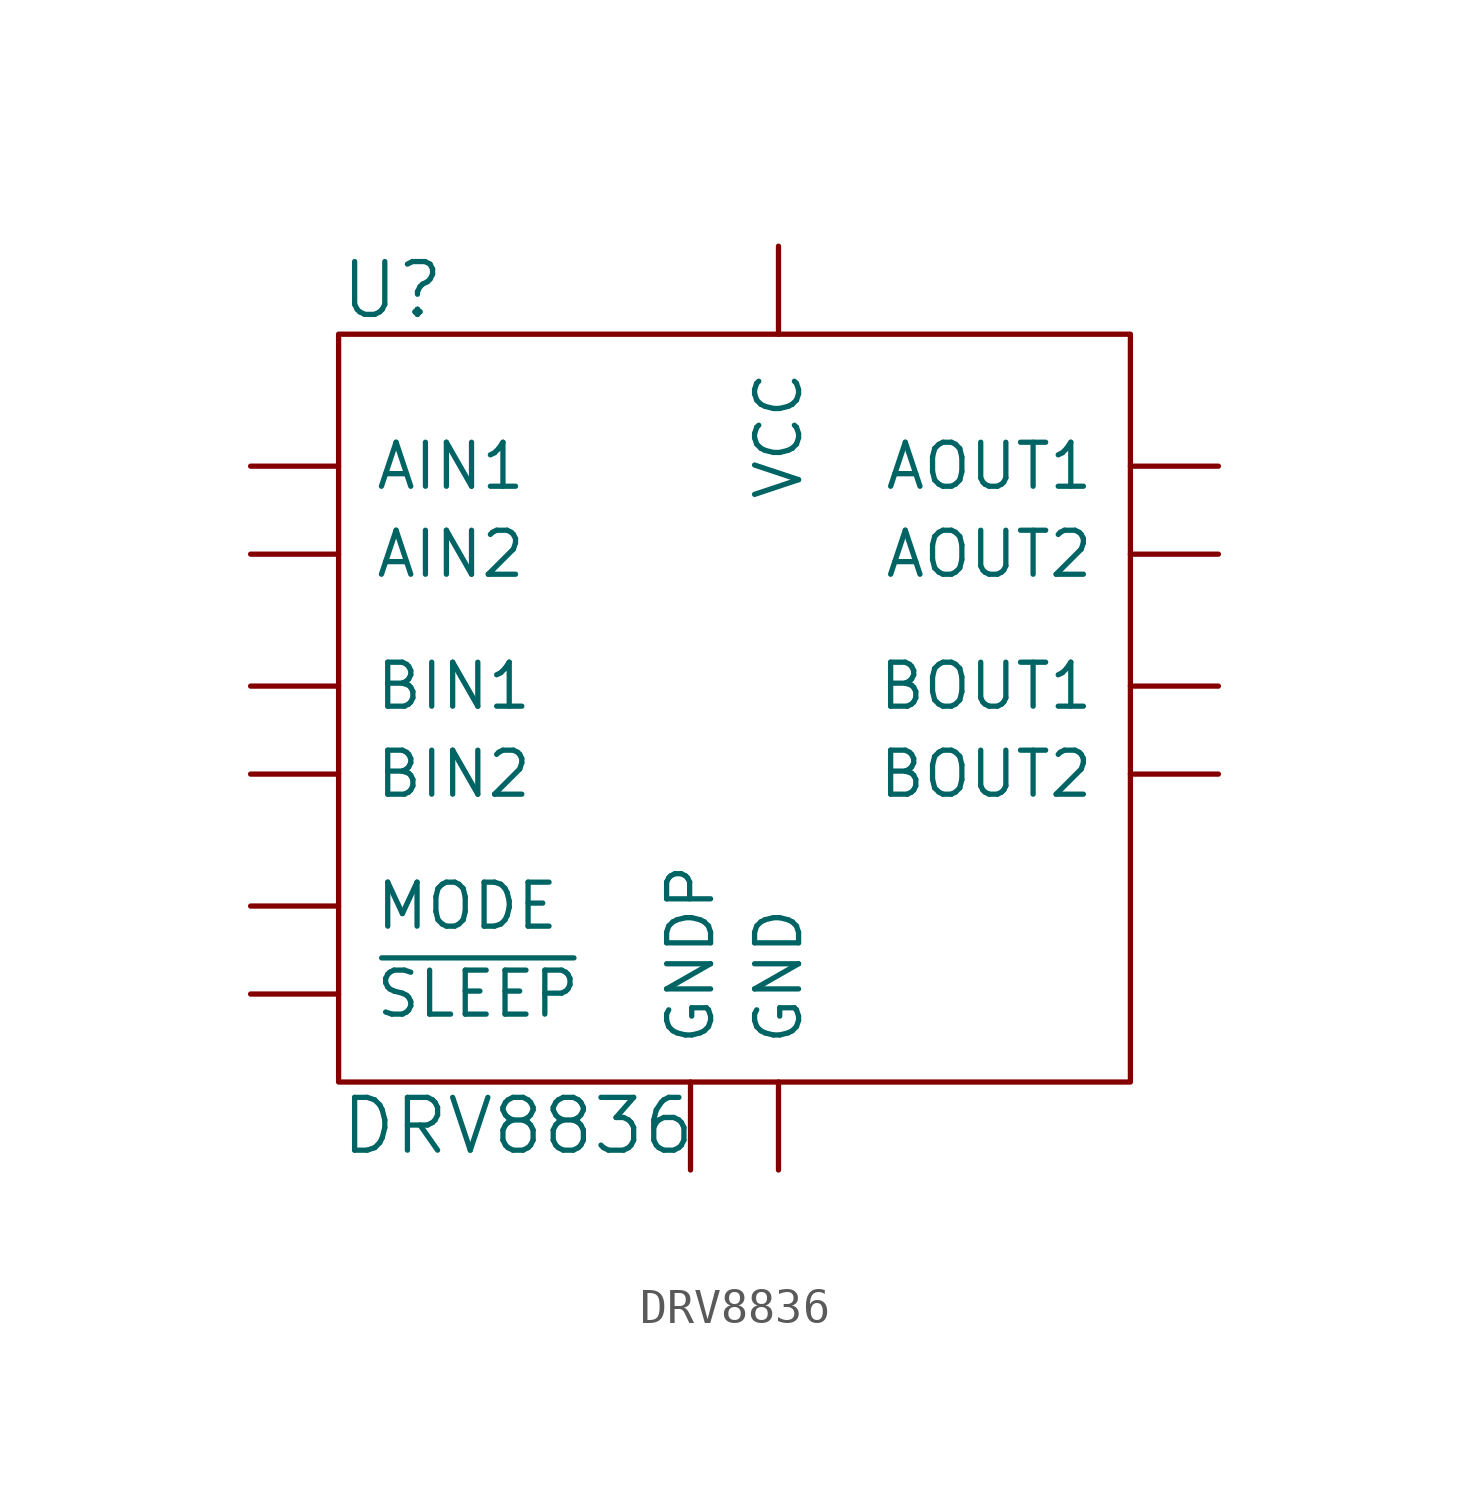
<source format=kicad_sym>
(kicad_symbol_lib
  (version 20211014)
  (generator kicad_symbol_editor)
  (symbol "DRV8836"
    (pin_numbers hide)
    (pin_names
      (offset 1.016))
    (property "Reference" "U"
      (at -11.43 10.16 0)
      (effects (font (size 1.524 1.524)) (justify left)))
    (property "Value" "DRV8836"
      (at -11.43 -13.97 0)
      (effects (font (size 1.524 1.524)) (justify left)))
    (symbol "DRV8836_0_1"
      (rectangle (start -11.43 8.89) (end 11.43 -12.7) (stroke (width 0) (type default) (color 0 0 0 0)) (fill (type none))))
    (symbol "DRV8836_1_1"
      (pin input line (at -13.97 -10.16 0) (length 2.54) (name "~{SLEEP}" (effects (font (size 1.27 1.27)))) (number "1" (effects (font (size 1.27 1.27)))))
      (pin input line (at -13.97 5.08 0) (length 2.54) (name "AIN1" (effects (font (size 1.27 1.27)))) (number "10" (effects (font (size 1.27 1.27)))))
      (pin input line (at -13.97 -7.62 0) (length 2.54) (name "MODE" (effects (font (size 1.27 1.27)))) (number "11" (effects (font (size 1.27 1.27)))))
      (pin power_in line (at 1.27 11.43 270) (length 2.54) (name "VCC" (effects (font (size 1.27 1.27)))) (number "12" (effects (font (size 1.27 1.27)))))
      (pin passive line (at 13.97 5.08 180) (length 2.54) (name "AOUT1" (effects (font (size 1.27 1.27)))) (number "2" (effects (font (size 1.27 1.27)))))
      (pin passive line (at 13.97 2.54 180) (length 2.54) (name "AOUT2" (effects (font (size 1.27 1.27)))) (number "3" (effects (font (size 1.27 1.27)))))
      (pin passive line (at 13.97 -1.27 180) (length 2.54) (name "BOUT1" (effects (font (size 1.27 1.27)))) (number "4" (effects (font (size 1.27 1.27)))))
      (pin passive line (at 13.97 -3.81 180) (length 2.54) (name "BOUT2" (effects (font (size 1.27 1.27)))) (number "5" (effects (font (size 1.27 1.27)))))
      (pin power_in line (at 1.27 -15.24 90) (length 2.54) (name "GND" (effects (font (size 1.27 1.27)))) (number "6" (effects (font (size 1.27 1.27)))))
      (pin input line (at -13.97 -3.81 0) (length 2.54) (name "BIN2" (effects (font (size 1.27 1.27)))) (number "7" (effects (font (size 1.27 1.27)))))
      (pin input line (at -13.97 2.54 0) (length 2.54) (name "AIN2" (effects (font (size 1.27 1.27)))) (number "9" (effects (font (size 1.27 1.27)))))
      (pin power_in line (at -1.27 -15.24 90) (length 2.54) (name "GNDP" (effects (font (size 1.27 1.27)))) (number "PAD" (effects (font (size 1.27 1.27)))))
      (pin input line (at -13.97 -1.27 0) (length 2.54) (name "BIN1" (effects (font (size 1.27 1.27)))) (number "~" (effects (font (size 1.27 1.27))))))))
</source>
